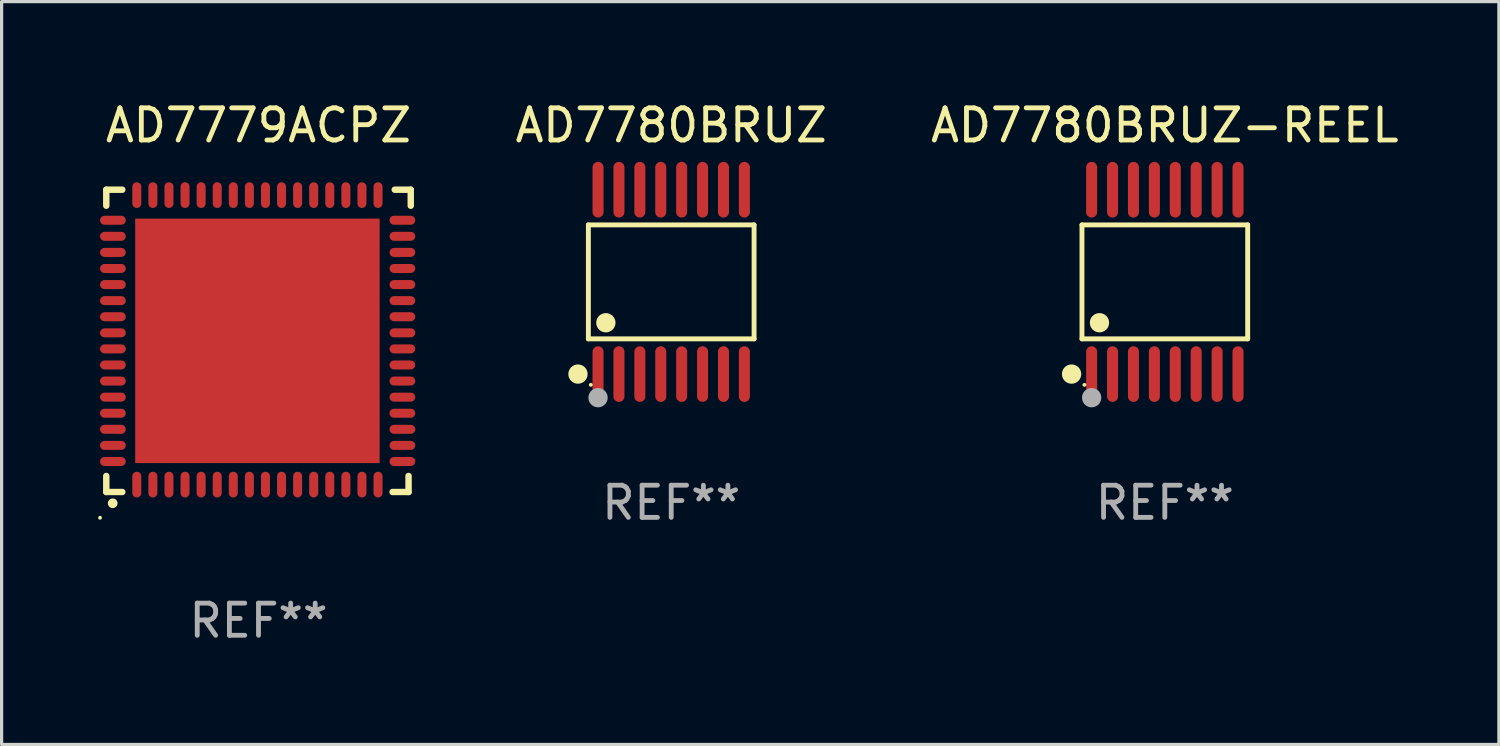
<source format=kicad_pcb>
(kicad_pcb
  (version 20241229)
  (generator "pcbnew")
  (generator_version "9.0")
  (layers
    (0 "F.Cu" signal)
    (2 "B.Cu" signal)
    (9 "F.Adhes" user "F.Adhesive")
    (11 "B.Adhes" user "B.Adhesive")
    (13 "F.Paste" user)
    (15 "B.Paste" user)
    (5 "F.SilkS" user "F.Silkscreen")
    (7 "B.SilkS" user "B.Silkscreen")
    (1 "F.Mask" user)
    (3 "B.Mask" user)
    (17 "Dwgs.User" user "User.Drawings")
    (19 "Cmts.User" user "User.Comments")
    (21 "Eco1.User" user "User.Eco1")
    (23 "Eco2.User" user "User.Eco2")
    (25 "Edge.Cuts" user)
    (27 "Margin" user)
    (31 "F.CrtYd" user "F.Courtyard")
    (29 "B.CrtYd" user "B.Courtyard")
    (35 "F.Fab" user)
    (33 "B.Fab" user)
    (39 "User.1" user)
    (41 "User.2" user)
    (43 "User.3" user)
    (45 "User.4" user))
  (footprint "AD7779ACPZ"
    (layer "F.Cu")
    (at 4.987 7.547)
    (property "Reference" "AD7779ACPZ" (at 0 -6.699 0) (layer "F.SilkS") (effects (font (size 1 1) (thickness 0.15))))
    (attr through_hole)
    (fp_line (start -4.733 -4.699) (end -4.235 -4.699) (stroke (width 0.2) (type solid)) (layer "F.SilkS"))
    (fp_line (start -4.733 -4.201) (end -4.733 -4.699) (stroke (width 0.2) (type solid)) (layer "F.SilkS"))
    (fp_line (start -4.733 4.699) (end -4.733 4.201) (stroke (width 0.2) (type solid)) (layer "F.SilkS"))
    (fp_line (start -4.235 4.699) (end -4.733 4.699) (stroke (width 0.2) (type solid)) (layer "F.SilkS"))
    (fp_line (start 4.168 4.699) (end 4.665 4.699) (stroke (width 0.2) (type solid)) (layer "F.SilkS"))
    (fp_line (start 4.665 4.699) (end 4.665 4.201) (stroke (width 0.2) (type solid)) (layer "F.SilkS"))
    (fp_line (start 4.733 -4.699) (end 4.235 -4.699) (stroke (width 0.2) (type solid)) (layer "F.SilkS"))
    (fp_line (start 4.733 -4.201) (end 4.733 -4.699) (stroke (width 0.2) (type solid)) (layer "F.SilkS"))
    (fp_arc (start -4.534417 5.04953) (mid -4.533147 5.049525) (end -4.531877 5.04953) (stroke (width 0.3) (type solid)) (layer "F.SilkS"))
    (fp_circle (center -4.927 5.5) (end -4.897 5.5) (stroke (width 0.06) (type solid)) (fill no) (layer "F.SilkS"))
    (fp_text user "REF**" (at 0 8.699 0) (layer "F.Fab") (effects (font (size 1 1) (thickness 0.15))))
    (pad "1" smd oval (at -3.784 4.469 180) (size 0.28 0.8) (layers "F.Cu" "F.Mask" "F.Paste"))
    (pad "2" smd oval (at -3.284 4.469 180) (size 0.28 0.8) (layers "F.Cu" "F.Mask" "F.Paste"))
    (pad "3" smd oval (at -2.784 4.469 180) (size 0.28 0.8) (layers "F.Cu" "F.Mask" "F.Paste"))
    (pad "4" smd oval (at -2.284 4.469 180) (size 0.28 0.8) (layers "F.Cu" "F.Mask" "F.Paste"))
    (pad "5" smd oval (at -1.784 4.469 180) (size 0.28 0.8) (layers "F.Cu" "F.Mask" "F.Paste"))
    (pad "6" smd oval (at -1.284 4.469 180) (size 0.28 0.8) (layers "F.Cu" "F.Mask" "F.Paste"))
    (pad "7" smd oval (at -0.784 4.469 180) (size 0.28 0.8) (layers "F.Cu" "F.Mask" "F.Paste"))
    (pad "8" smd oval (at -0.284 4.469 180) (size 0.28 0.8) (layers "F.Cu" "F.Mask" "F.Paste"))
    (pad "9" smd oval (at 0.216 4.469 180) (size 0.28 0.8) (layers "F.Cu" "F.Mask" "F.Paste"))
    (pad "10" smd oval (at 0.716 4.469 180) (size 0.28 0.8) (layers "F.Cu" "F.Mask" "F.Paste"))
    (pad "11" smd oval (at 1.216 4.469 180) (size 0.28 0.8) (layers "F.Cu" "F.Mask" "F.Paste"))
    (pad "12" smd oval (at 1.716 4.469 180) (size 0.28 0.8) (layers "F.Cu" "F.Mask" "F.Paste"))
    (pad "13" smd oval (at 2.216 4.469 180) (size 0.28 0.8) (layers "F.Cu" "F.Mask" "F.Paste"))
    (pad "14" smd oval (at 2.716 4.469 180) (size 0.28 0.8) (layers "F.Cu" "F.Mask" "F.Paste"))
    (pad "15" smd oval (at 3.216 4.469 180) (size 0.28 0.8) (layers "F.Cu" "F.Mask" "F.Paste"))
    (pad "16" smd oval (at 3.716 4.469 180) (size 0.28 0.8) (layers "F.Cu" "F.Mask" "F.Paste"))
    (pad "17" smd oval (at 4.473 3.75 270) (size 0.28 0.8) (layers "F.Cu" "F.Mask" "F.Paste"))
    (pad "18" smd oval (at 4.473 3.25 270) (size 0.28 0.8) (layers "F.Cu" "F.Mask" "F.Paste"))
    (pad "19" smd oval (at 4.473 2.75 270) (size 0.28 0.8) (layers "F.Cu" "F.Mask" "F.Paste"))
    (pad "20" smd oval (at 4.473 2.25 270) (size 0.28 0.8) (layers "F.Cu" "F.Mask" "F.Paste"))
    (pad "21" smd oval (at 4.473 1.75 270) (size 0.28 0.8) (layers "F.Cu" "F.Mask" "F.Paste"))
    (pad "22" smd oval (at 4.473 1.25 270) (size 0.28 0.8) (layers "F.Cu" "F.Mask" "F.Paste"))
    (pad "23" smd oval (at 4.473 0.75 270) (size 0.28 0.8) (layers "F.Cu" "F.Mask" "F.Paste"))
    (pad "24" smd oval (at 4.473 0.25 270) (size 0.28 0.8) (layers "F.Cu" "F.Mask" "F.Paste"))
    (pad "25" smd oval (at 4.473 -0.25 270) (size 0.28 0.8) (layers "F.Cu" "F.Mask" "F.Paste"))
    (pad "26" smd oval (at 4.473 -0.75 270) (size 0.28 0.8) (layers "F.Cu" "F.Mask" "F.Paste"))
    (pad "27" smd oval (at 4.473 -1.25 270) (size 0.28 0.8) (layers "F.Cu" "F.Mask" "F.Paste"))
    (pad "28" smd oval (at 4.473 -1.75 270) (size 0.28 0.8) (layers "F.Cu" "F.Mask" "F.Paste"))
    (pad "29" smd oval (at 4.473 -2.25 270) (size 0.28 0.8) (layers "F.Cu" "F.Mask" "F.Paste"))
    (pad "30" smd oval (at 4.473 -2.75 270) (size 0.28 0.8) (layers "F.Cu" "F.Mask" "F.Paste"))
    (pad "31" smd oval (at 4.473 -3.25 270) (size 0.28 0.8) (layers "F.Cu" "F.Mask" "F.Paste"))
    (pad "32" smd oval (at 4.473 -3.75 270) (size 0.28 0.8) (layers "F.Cu" "F.Mask" "F.Paste"))
    (pad "33" smd oval (at 3.716 -4.531) (size 0.28 0.8) (layers "F.Cu" "F.Mask" "F.Paste"))
    (pad "34" smd oval (at 3.216 -4.531) (size 0.28 0.8) (layers "F.Cu" "F.Mask" "F.Paste"))
    (pad "35" smd oval (at 2.716 -4.531) (size 0.28 0.8) (layers "F.Cu" "F.Mask" "F.Paste"))
    (pad "36" smd oval (at 2.216 -4.531) (size 0.28 0.8) (layers "F.Cu" "F.Mask" "F.Paste"))
    (pad "37" smd oval (at 1.716 -4.531) (size 0.28 0.8) (layers "F.Cu" "F.Mask" "F.Paste"))
    (pad "38" smd oval (at 1.216 -4.531) (size 0.28 0.8) (layers "F.Cu" "F.Mask" "F.Paste"))
    (pad "39" smd oval (at 0.716 -4.531) (size 0.28 0.8) (layers "F.Cu" "F.Mask" "F.Paste"))
    (pad "40" smd oval (at 0.216 -4.531) (size 0.28 0.8) (layers "F.Cu" "F.Mask" "F.Paste"))
    (pad "41" smd oval (at -0.284 -4.531) (size 0.28 0.8) (layers "F.Cu" "F.Mask" "F.Paste"))
    (pad "42" smd oval (at -0.784 -4.531) (size 0.28 0.8) (layers "F.Cu" "F.Mask" "F.Paste"))
    (pad "43" smd oval (at -1.284 -4.531) (size 0.28 0.8) (layers "F.Cu" "F.Mask" "F.Paste"))
    (pad "44" smd oval (at -1.784 -4.531) (size 0.28 0.8) (layers "F.Cu" "F.Mask" "F.Paste"))
    (pad "45" smd oval (at -2.284 -4.531) (size 0.28 0.8) (layers "F.Cu" "F.Mask" "F.Paste"))
    (pad "46" smd oval (at -2.784 -4.531) (size 0.28 0.8) (layers "F.Cu" "F.Mask" "F.Paste"))
    (pad "47" smd oval (at -3.284 -4.531) (size 0.28 0.8) (layers "F.Cu" "F.Mask" "F.Paste"))
    (pad "48" smd oval (at -3.784 -4.531) (size 0.28 0.8) (layers "F.Cu" "F.Mask" "F.Paste"))
    (pad "49" smd oval (at -4.527 -3.75 90) (size 0.28 0.8) (layers "F.Cu" "F.Mask" "F.Paste"))
    (pad "50" smd oval (at -4.527 -3.25 90) (size 0.28 0.8) (layers "F.Cu" "F.Mask" "F.Paste"))
    (pad "51" smd oval (at -4.527 -2.75 90) (size 0.28 0.8) (layers "F.Cu" "F.Mask" "F.Paste"))
    (pad "52" smd oval (at -4.527 -2.25 90) (size 0.28 0.8) (layers "F.Cu" "F.Mask" "F.Paste"))
    (pad "53" smd oval (at -4.527 -1.75 90) (size 0.28 0.8) (layers "F.Cu" "F.Mask" "F.Paste"))
    (pad "54" smd oval (at -4.527 -1.25 90) (size 0.28 0.8) (layers "F.Cu" "F.Mask" "F.Paste"))
    (pad "55" smd oval (at -4.527 -0.75 90) (size 0.28 0.8) (layers "F.Cu" "F.Mask" "F.Paste"))
    (pad "56" smd oval (at -4.527 -0.25 90) (size 0.28 0.8) (layers "F.Cu" "F.Mask" "F.Paste"))
    (pad "57" smd oval (at -4.527 0.25 90) (size 0.28 0.8) (layers "F.Cu" "F.Mask" "F.Paste"))
    (pad "58" smd oval (at -4.527 0.75 90) (size 0.28 0.8) (layers "F.Cu" "F.Mask" "F.Paste"))
    (pad "59" smd oval (at -4.527 1.25 90) (size 0.28 0.8) (layers "F.Cu" "F.Mask" "F.Paste"))
    (pad "60" smd oval (at -4.527 1.75 90) (size 0.28 0.8) (layers "F.Cu" "F.Mask" "F.Paste"))
    (pad "61" smd oval (at -4.527 2.25 90) (size 0.28 0.8) (layers "F.Cu" "F.Mask" "F.Paste"))
    (pad "62" smd oval (at -4.527 2.75 90) (size 0.28 0.8) (layers "F.Cu" "F.Mask" "F.Paste"))
    (pad "63" smd oval (at -4.527 3.25 90) (size 0.28 0.8) (layers "F.Cu" "F.Mask" "F.Paste"))
    (pad "64" smd oval (at -4.527 3.75 90) (size 0.28 0.8) (layers "F.Cu" "F.Mask" "F.Paste"))
    (pad "65" smd rect (at -0.034 -0.000102 90) (size 7.6 7.6) (layers "F.Cu" "F.Mask" "F.Paste")))
  (footprint "AD7780BRUZ"
    (layer "F.Cu")
    (at 17.818 5.714)
    (property "Reference" "AD7780BRUZ" (at 0 -4.866 0) (layer "F.SilkS") (effects (font (size 1 1) (thickness 0.15))))
    (attr through_hole)
    (fp_line (start -2.576 -1.772) (end 2.576 -1.772) (stroke (width 0.152) (type solid)) (layer "F.SilkS"))
    (fp_line (start -2.576 1.771) (end -2.576 -1.772) (stroke (width 0.152) (type solid)) (layer "F.SilkS"))
    (fp_line (start 2.576 -1.772) (end 2.576 1.771) (stroke (width 0.152) (type solid)) (layer "F.SilkS"))
    (fp_line (start 2.576 1.771) (end -2.576 1.771) (stroke (width 0.152) (type solid)) (layer "F.SilkS"))
    (fp_circle (center -2.899 2.866) (end -2.749 2.866) (stroke (width 0.3) (type solid)) (fill no) (layer "F.SilkS"))
    (fp_circle (center -2.5 3.2) (end -2.47 3.2) (stroke (width 0.06) (type solid)) (fill no) (layer "F.SilkS"))
    (fp_circle (center -2.032 1.27) (end -1.882 1.27) (stroke (width 0.3) (type solid)) (fill no) (layer "F.SilkS"))
    (fp_circle (center -2.275 3.6) (end -2.125 3.6) (stroke (width 0.3) (type solid)) (fill no) (layer "F.Fab"))
    (fp_text user "REF**" (at 0 6.866 0) (layer "F.Fab") (effects (font (size 1 1) (thickness 0.15))))
    (pad "1" smd oval (at -2.275 2.866) (size 0.343 1.731) (layers "F.Cu" "F.Mask" "F.Paste"))
    (pad "2" smd oval (at -1.625 2.866) (size 0.343 1.731) (layers "F.Cu" "F.Mask" "F.Paste"))
    (pad "3" smd oval (at -0.975 2.866) (size 0.343 1.731) (layers "F.Cu" "F.Mask" "F.Paste"))
    (pad "4" smd oval (at -0.325 2.866) (size 0.343 1.731) (layers "F.Cu" "F.Mask" "F.Paste"))
    (pad "5" smd oval (at 0.325 2.866) (size 0.343 1.731) (layers "F.Cu" "F.Mask" "F.Paste"))
    (pad "6" smd oval (at 0.975 2.866) (size 0.343 1.731) (layers "F.Cu" "F.Mask" "F.Paste"))
    (pad "7" smd oval (at 1.625 2.866) (size 0.343 1.731) (layers "F.Cu" "F.Mask" "F.Paste"))
    (pad "8" smd oval (at 2.275 2.866) (size 0.343 1.731) (layers "F.Cu" "F.Mask" "F.Paste"))
    (pad "9" smd oval (at 2.275 -2.866) (size 0.343 1.731) (layers "F.Cu" "F.Mask" "F.Paste"))
    (pad "10" smd oval (at 1.625 -2.866) (size 0.343 1.731) (layers "F.Cu" "F.Mask" "F.Paste"))
    (pad "11" smd oval (at 0.975 -2.866) (size 0.343 1.731) (layers "F.Cu" "F.Mask" "F.Paste"))
    (pad "12" smd oval (at 0.325 -2.866) (size 0.343 1.731) (layers "F.Cu" "F.Mask" "F.Paste"))
    (pad "13" smd oval (at -0.325 -2.866) (size 0.343 1.731) (layers "F.Cu" "F.Mask" "F.Paste"))
    (pad "14" smd oval (at -0.975 -2.866) (size 0.343 1.731) (layers "F.Cu" "F.Mask" "F.Paste"))
    (pad "15" smd oval (at -1.625 -2.866) (size 0.343 1.731) (layers "F.Cu" "F.Mask" "F.Paste"))
    (pad "16" smd oval (at -2.275 -2.866) (size 0.343 1.731) (layers "F.Cu" "F.Mask" "F.Paste")))
  (footprint "AD7780BRUZ-REEL"
    (layer "F.Cu")
    (at 33.164 5.714)
    (property "Reference" "AD7780BRUZ-REEL" (at 0 -4.866 0) (layer "F.SilkS") (effects (font (size 1 1) (thickness 0.15))))
    (attr through_hole)
    (fp_line (start -2.576 -1.772) (end 2.576 -1.772) (stroke (width 0.152) (type solid)) (layer "F.SilkS"))
    (fp_line (start -2.576 1.771) (end -2.576 -1.772) (stroke (width 0.152) (type solid)) (layer "F.SilkS"))
    (fp_line (start 2.576 -1.772) (end 2.576 1.771) (stroke (width 0.152) (type solid)) (layer "F.SilkS"))
    (fp_line (start 2.576 1.771) (end -2.576 1.771) (stroke (width 0.152) (type solid)) (layer "F.SilkS"))
    (fp_circle (center -2.899 2.866) (end -2.749 2.866) (stroke (width 0.3) (type solid)) (fill no) (layer "F.SilkS"))
    (fp_circle (center -2.5 3.2) (end -2.47 3.2) (stroke (width 0.06) (type solid)) (fill no) (layer "F.SilkS"))
    (fp_circle (center -2.032 1.27) (end -1.882 1.27) (stroke (width 0.3) (type solid)) (fill no) (layer "F.SilkS"))
    (fp_circle (center -2.275 3.6) (end -2.125 3.6) (stroke (width 0.3) (type solid)) (fill no) (layer "F.Fab"))
    (fp_text user "REF**" (at 0 6.866 0) (layer "F.Fab") (effects (font (size 1 1) (thickness 0.15))))
    (pad "1" smd oval (at -2.275 2.866) (size 0.343 1.731) (layers "F.Cu" "F.Mask" "F.Paste"))
    (pad "2" smd oval (at -1.625 2.866) (size 0.343 1.731) (layers "F.Cu" "F.Mask" "F.Paste"))
    (pad "3" smd oval (at -0.975 2.866) (size 0.343 1.731) (layers "F.Cu" "F.Mask" "F.Paste"))
    (pad "4" smd oval (at -0.325 2.866) (size 0.343 1.731) (layers "F.Cu" "F.Mask" "F.Paste"))
    (pad "5" smd oval (at 0.325 2.866) (size 0.343 1.731) (layers "F.Cu" "F.Mask" "F.Paste"))
    (pad "6" smd oval (at 0.975 2.866) (size 0.343 1.731) (layers "F.Cu" "F.Mask" "F.Paste"))
    (pad "7" smd oval (at 1.625 2.866) (size 0.343 1.731) (layers "F.Cu" "F.Mask" "F.Paste"))
    (pad "8" smd oval (at 2.275 2.866) (size 0.343 1.731) (layers "F.Cu" "F.Mask" "F.Paste"))
    (pad "9" smd oval (at 2.275 -2.866) (size 0.343 1.731) (layers "F.Cu" "F.Mask" "F.Paste"))
    (pad "10" smd oval (at 1.625 -2.866) (size 0.343 1.731) (layers "F.Cu" "F.Mask" "F.Paste"))
    (pad "11" smd oval (at 0.975 -2.866) (size 0.343 1.731) (layers "F.Cu" "F.Mask" "F.Paste"))
    (pad "12" smd oval (at 0.325 -2.866) (size 0.343 1.731) (layers "F.Cu" "F.Mask" "F.Paste"))
    (pad "13" smd oval (at -0.325 -2.866) (size 0.343 1.731) (layers "F.Cu" "F.Mask" "F.Paste"))
    (pad "14" smd oval (at -0.975 -2.866) (size 0.343 1.731) (layers "F.Cu" "F.Mask" "F.Paste"))
    (pad "15" smd oval (at -1.625 -2.866) (size 0.343 1.731) (layers "F.Cu" "F.Mask" "F.Paste"))
    (pad "16" smd oval (at -2.275 -2.866) (size 0.343 1.731) (layers "F.Cu" "F.Mask" "F.Paste")))
  (gr_rect
    (start -3 -3)
    (end 43.55 20.095)
    (stroke (width 0.1) (type default))
    (fill no)
    (layer "Edge.Cuts")))
</source>
